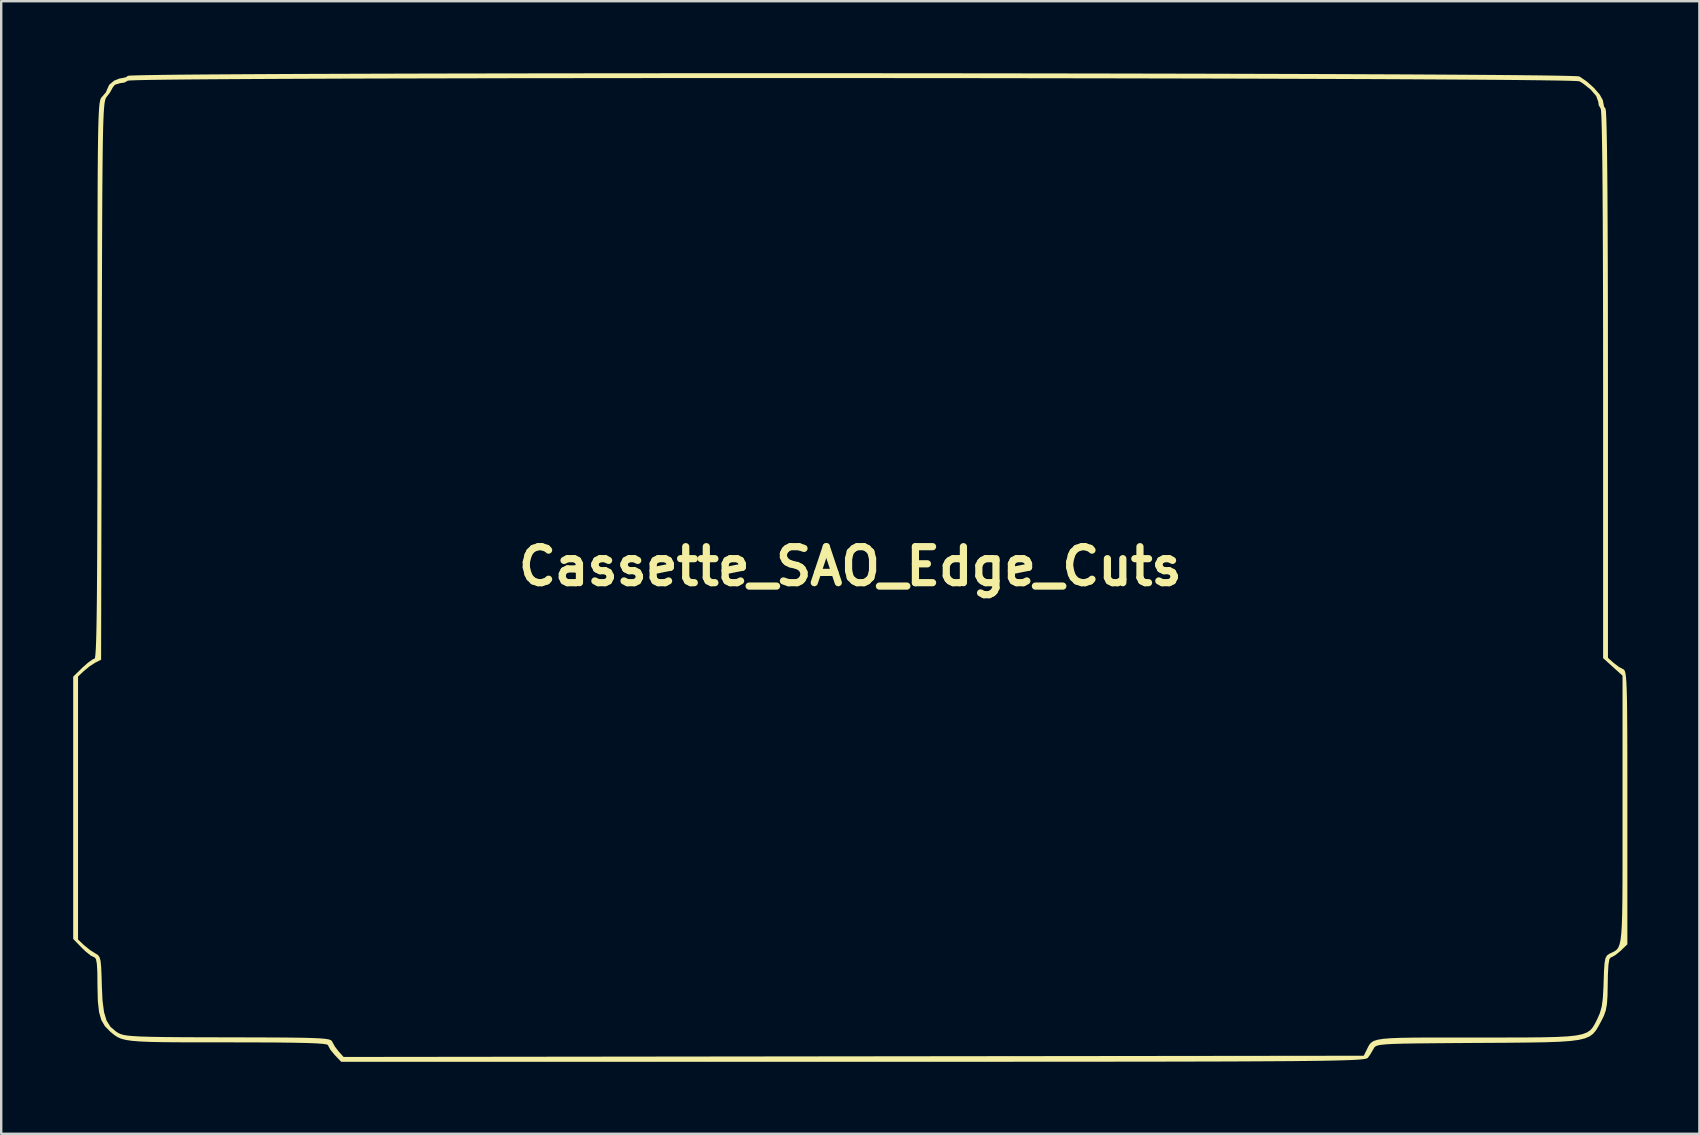
<source format=kicad_pcb>
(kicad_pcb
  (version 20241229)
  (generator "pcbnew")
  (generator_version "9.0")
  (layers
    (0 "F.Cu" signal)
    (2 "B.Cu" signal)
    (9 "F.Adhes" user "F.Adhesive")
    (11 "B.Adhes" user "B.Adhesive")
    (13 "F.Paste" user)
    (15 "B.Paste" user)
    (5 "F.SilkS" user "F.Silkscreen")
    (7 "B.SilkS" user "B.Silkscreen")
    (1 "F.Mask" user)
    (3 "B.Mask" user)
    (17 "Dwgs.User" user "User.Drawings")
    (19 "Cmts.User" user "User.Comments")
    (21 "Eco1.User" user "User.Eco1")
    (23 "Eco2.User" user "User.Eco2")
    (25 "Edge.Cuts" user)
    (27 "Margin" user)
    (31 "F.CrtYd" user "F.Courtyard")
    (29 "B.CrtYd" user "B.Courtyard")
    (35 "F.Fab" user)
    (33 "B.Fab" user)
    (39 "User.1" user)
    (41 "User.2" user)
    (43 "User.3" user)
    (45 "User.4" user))
  (footprint "Cassette_SAO_Edge_Cuts"
    (layer "F.Cu")
    (at 32.382 20.552)
    (property "Reference" "Cassette_SAO_Edge_Cuts" (at 0 0 0) (layer "F.SilkS") (effects (font (size 1.5 1.5) (thickness 0.3))))
    (attr board_only exclude_from_pos_files exclude_from_bom)
    (fp_poly (pts (xy -2.261 -20.552) (xy -0.119 -20.551) (xy 2.025 -20.55) (xy 4.16 -20.548) (xy 6.276 -20.546) (xy 8.366 -20.543) (xy 10.418 -20.54) (xy 12.423 -20.536) (xy 14.373 -20.532) (xy 16.256 -20.527) (xy 18.063 -20.522) (xy 19.786 -20.516) (xy 21.414 -20.509) (xy 22.938 -20.503) (xy 24.348 -20.495) (xy 25.634 -20.487) (xy 26.787 -20.479) (xy 27.798 -20.47) (xy 28.657 -20.461) (xy 29.354 -20.451) (xy 29.88 -20.44) (xy 30.224 -20.43) (xy 30.379 -20.418) (xy 30.385 -20.416) (xy 30.698 -20.202) (xy 30.995 -19.934) (xy 31.231 -19.66) (xy 31.359 -19.429) (xy 31.371 -19.364) (xy 31.411 -19.158) (xy 31.472 -19.075) (xy 31.489 -18.963) (xy 31.506 -18.65) (xy 31.52 -18.137) (xy 31.533 -17.427) (xy 31.544 -16.521) (xy 31.553 -15.421) (xy 31.56 -14.128) (xy 31.566 -12.643) (xy 31.57 -10.969) (xy 31.572 -9.107) (xy 31.573 -7.601) (xy 31.573 3.81) (xy 31.801 4.015) (xy 32.026 4.186) (xy 32.205 4.283) (xy 32.243 4.306) (xy 32.275 4.357) (xy 32.302 4.453) (xy 32.324 4.608) (xy 32.342 4.837) (xy 32.355 5.158) (xy 32.366 5.585) (xy 32.373 6.134) (xy 32.378 6.821) (xy 32.381 7.661) (xy 32.382 8.669) (xy 32.382 9.863) (xy 32.382 10.047) (xy 32.382 15.749) (xy 32.099 16.021) (xy 31.886 16.196) (xy 31.718 16.289) (xy 31.694 16.292) (xy 31.634 16.366) (xy 31.594 16.596) (xy 31.571 17.001) (xy 31.564 17.38) (xy 31.555 17.885) (xy 31.531 18.242) (xy 31.482 18.509) (xy 31.399 18.74) (xy 31.285 18.965) (xy 31.176 19.167) (xy 31.074 19.335) (xy 30.96 19.471) (xy 30.816 19.581) (xy 30.622 19.666) (xy 30.359 19.73) (xy 30.01 19.777) (xy 29.555 19.809) (xy 28.976 19.83) (xy 28.253 19.842) (xy 27.368 19.851) (xy 26.303 19.857) (xy 26.135 19.858) (xy 25.101 19.865) (xy 24.251 19.872) (xy 23.566 19.879) (xy 23.028 19.888) (xy 22.618 19.9) (xy 22.318 19.917) (xy 22.109 19.938) (xy 21.972 19.965) (xy 21.889 20) (xy 21.841 20.042) (xy 21.81 20.094) (xy 21.807 20.102) (xy 21.66 20.35) (xy 21.564 20.481) (xy 21.536 20.5) (xy 21.48 20.517) (xy 21.388 20.533) (xy 21.252 20.548) (xy 21.064 20.561) (xy 20.816 20.573) (xy 20.5 20.583) (xy 20.108 20.593) (xy 19.631 20.602) (xy 19.063 20.609) (xy 18.395 20.616) (xy 17.619 20.621) (xy 16.726 20.626) (xy 15.71 20.631) (xy 14.562 20.634) (xy 13.274 20.637) (xy 11.839 20.639) (xy 10.247 20.641) (xy 8.492 20.642) (xy 6.564 20.643) (xy 4.457 20.643) (xy 2.162 20.644) (xy 0.108 20.644) (xy -21.213 20.644) (xy -21.485 20.36) (xy -21.661 20.147) (xy -21.753 19.98) (xy -21.757 19.955) (xy -21.806 19.924) (xy -21.963 19.898) (xy -22.24 19.877) (xy -22.651 19.861) (xy -23.21 19.849) (xy -23.931 19.84) (xy -24.826 19.836) (xy -25.91 19.834) (xy -25.958 19.834) (xy -27.01 19.834) (xy -27.879 19.832) (xy -28.586 19.827) (xy -29.15 19.816) (xy -29.592 19.798) (xy -29.931 19.771) (xy -30.187 19.733) (xy -30.38 19.683) (xy -30.53 19.618) (xy -30.657 19.536) (xy -30.781 19.436) (xy -30.842 19.384) (xy -31.06 19.162) (xy -31.21 18.904) (xy -31.305 18.572) (xy -31.355 18.123) (xy -31.37 17.517) (xy -31.371 17.441) (xy -31.376 16.916) (xy -31.396 16.567) (xy -31.432 16.369) (xy -31.487 16.295) (xy -31.502 16.292) (xy -31.642 16.225) (xy -31.859 16.051) (xy -32.008 15.909) (xy -32.359 15.549) (xy -32.18 15.549) (xy -31.931 15.783) (xy -31.681 15.986) (xy -31.45 16.132) (xy -31.351 16.193) (xy -31.284 16.285) (xy -31.241 16.444) (xy -31.215 16.709) (xy -31.198 17.116) (xy -31.19 17.436) (xy -31.16 18.088) (xy -31.097 18.574) (xy -30.99 18.929) (xy -30.826 19.188) (xy -30.593 19.387) (xy -30.504 19.442) (xy -30.416 19.485) (xy -30.298 19.521) (xy -30.131 19.55) (xy -29.896 19.572) (xy -29.575 19.59) (xy -29.148 19.603) (xy -28.596 19.612) (xy -27.899 19.618) (xy -27.04 19.622) (xy -25.999 19.624) (xy -25.928 19.624) (xy -24.883 19.627) (xy -24.022 19.63) (xy -23.327 19.635) (xy -22.78 19.643) (xy -22.363 19.655) (xy -22.058 19.67) (xy -21.847 19.69) (xy -21.712 19.716) (xy -21.634 19.749) (xy -21.596 19.789) (xy -21.587 19.809) (xy -21.474 20.013) (xy -21.319 20.214) (xy -21.114 20.442) (xy 0.141 20.416) (xy 21.397 20.391) (xy 21.505 20.174) (xy 21.568 20.043) (xy 21.627 19.935) (xy 21.701 19.847) (xy 21.808 19.778) (xy 21.968 19.726) (xy 22.199 19.688) (xy 22.52 19.661) (xy 22.949 19.645) (xy 23.506 19.636) (xy 24.209 19.632) (xy 25.078 19.632) (xy 26.109 19.632) (xy 27.196 19.632) (xy 28.098 19.63) (xy 28.836 19.623) (xy 29.427 19.609) (xy 29.89 19.585) (xy 30.244 19.547) (xy 30.507 19.493) (xy 30.699 19.421) (xy 30.837 19.327) (xy 30.94 19.208) (xy 31.027 19.062) (xy 31.116 18.886) (xy 31.123 18.872) (xy 31.238 18.611) (xy 31.314 18.336) (xy 31.36 17.992) (xy 31.386 17.522) (xy 31.392 17.322) (xy 31.409 16.84) (xy 31.432 16.521) (xy 31.47 16.325) (xy 31.532 16.213) (xy 31.625 16.146) (xy 31.638 16.139) (xy 31.754 16.085) (xy 31.852 16.036) (xy 31.934 15.976) (xy 32.001 15.889) (xy 32.054 15.759) (xy 32.096 15.569) (xy 32.128 15.304) (xy 32.15 14.947) (xy 32.165 14.483) (xy 32.174 13.894) (xy 32.179 13.166) (xy 32.18 12.281) (xy 32.18 11.224) (xy 32.18 10.157) (xy 32.18 4.553) (xy 31.775 4.188) (xy 31.371 3.822) (xy 31.371 -7.595) (xy 31.37 -9.597) (xy 31.367 -11.412) (xy 31.362 -13.038) (xy 31.356 -14.474) (xy 31.348 -15.718) (xy 31.339 -16.77) (xy 31.327 -17.626) (xy 31.314 -18.286) (xy 31.299 -18.748) (xy 31.283 -19.01) (xy 31.269 -19.075) (xy 31.189 -19.216) (xy 31.168 -19.366) (xy 31.082 -19.601) (xy 30.853 -19.871) (xy 30.523 -20.131) (xy 30.385 -20.214) (xy 30.265 -20.225) (xy 29.953 -20.236) (xy 29.458 -20.246) (xy 28.79 -20.256) (xy 27.959 -20.266) (xy 26.974 -20.275) (xy 25.845 -20.283) (xy 24.581 -20.291) (xy 23.192 -20.299) (xy 21.687 -20.306) (xy 20.077 -20.312) (xy 18.37 -20.318) (xy 16.577 -20.324) (xy 14.706 -20.329) (xy 12.768 -20.333) (xy 10.771 -20.337) (xy 8.727 -20.34) (xy 6.643 -20.343) (xy 4.53 -20.346) (xy 2.398 -20.347) (xy 0.255 -20.349) (xy -1.888 -20.349) (xy -4.022 -20.349) (xy -6.137 -20.349) (xy -8.225 -20.348) (xy -10.274 -20.346) (xy -12.276 -20.344) (xy -14.221 -20.342) (xy -16.099 -20.338) (xy -17.902 -20.334) (xy -19.618 -20.33) (xy -21.239 -20.325) (xy -22.756 -20.319) (xy -24.158 -20.313) (xy -25.435 -20.306) (xy -26.579 -20.299) (xy -27.58 -20.291) (xy -28.429 -20.282) (xy -29.114 -20.273) (xy -29.628 -20.263) (xy -29.96 -20.252) (xy -30.101 -20.241) (xy -30.106 -20.239) (xy -30.245 -20.161) (xy -30.418 -20.138) (xy -30.644 -20.07) (xy -30.731 -19.961) (xy -30.846 -19.751) (xy -30.98 -19.575) (xy -31.009 -19.537) (xy -31.035 -19.482) (xy -31.057 -19.399) (xy -31.078 -19.278) (xy -31.095 -19.106) (xy -31.111 -18.874) (xy -31.124 -18.569) (xy -31.136 -18.182) (xy -31.146 -17.7) (xy -31.154 -17.113) (xy -31.161 -16.41) (xy -31.168 -15.579) (xy -31.173 -14.61) (xy -31.178 -13.491) (xy -31.182 -12.212) (xy -31.186 -10.761) (xy -31.19 -9.127) (xy -31.193 -7.738) (xy -31.219 3.89) (xy -31.45 4.005) (xy -31.693 4.16) (xy -31.931 4.355) (xy -32.18 4.589) (xy -32.18 10.069) (xy -32.18 15.549) (xy -32.359 15.549) (xy -32.382 15.525) (xy -32.382 10.06) (xy -32.382 4.595) (xy -31.999 4.22) (xy -31.76 4.008) (xy -31.566 3.872) (xy -31.493 3.845) (xy -31.473 3.803) (xy -31.456 3.669) (xy -31.44 3.435) (xy -31.426 3.093) (xy -31.414 2.634) (xy -31.404 2.049) (xy -31.395 1.329) (xy -31.388 0.465) (xy -31.382 -0.55) (xy -31.378 -1.726) (xy -31.374 -3.072) (xy -31.372 -4.596) (xy -31.371 -6.306) (xy -31.371 -7.776) (xy -31.37 -9.556) (xy -31.37 -11.144) (xy -31.369 -12.551) (xy -31.368 -13.79) (xy -31.366 -14.87) (xy -31.363 -15.804) (xy -31.359 -16.601) (xy -31.353 -17.274) (xy -31.346 -17.833) (xy -31.337 -18.289) (xy -31.326 -18.654) (xy -31.313 -18.938) (xy -31.298 -19.152) (xy -31.28 -19.309) (xy -31.259 -19.417) (xy -31.236 -19.49) (xy -31.209 -19.537) (xy -31.179 -19.571) (xy -31.168 -19.581) (xy -31.016 -19.76) (xy -30.966 -19.885) (xy -30.881 -20.07) (xy -30.678 -20.241) (xy -30.438 -20.336) (xy -30.382 -20.34) (xy -30.181 -20.383) (xy -30.106 -20.441) (xy -29.999 -20.453) (xy -29.699 -20.463) (xy -29.216 -20.473) (xy -28.56 -20.483) (xy -27.74 -20.492) (xy -26.765 -20.5) (xy -25.645 -20.507) (xy -24.39 -20.514) (xy -23.009 -20.521) (xy -21.512 -20.526) (xy -19.908 -20.531) (xy -18.207 -20.536) (xy -16.419 -20.54) (xy -14.554 -20.543) (xy -12.619 -20.546) (xy -10.627 -20.548) (xy -8.585 -20.55) (xy -6.504 -20.551) (xy -4.393 -20.552)) (stroke (width 0) (type solid)) (fill yes) (layer "F.SilkS")))
  (gr_rect
    (start -3 -3)
    (end 67.765 44.196)
    (stroke (width 0.1) (type default))
    (fill no)
    (layer "Edge.Cuts")))
</source>
